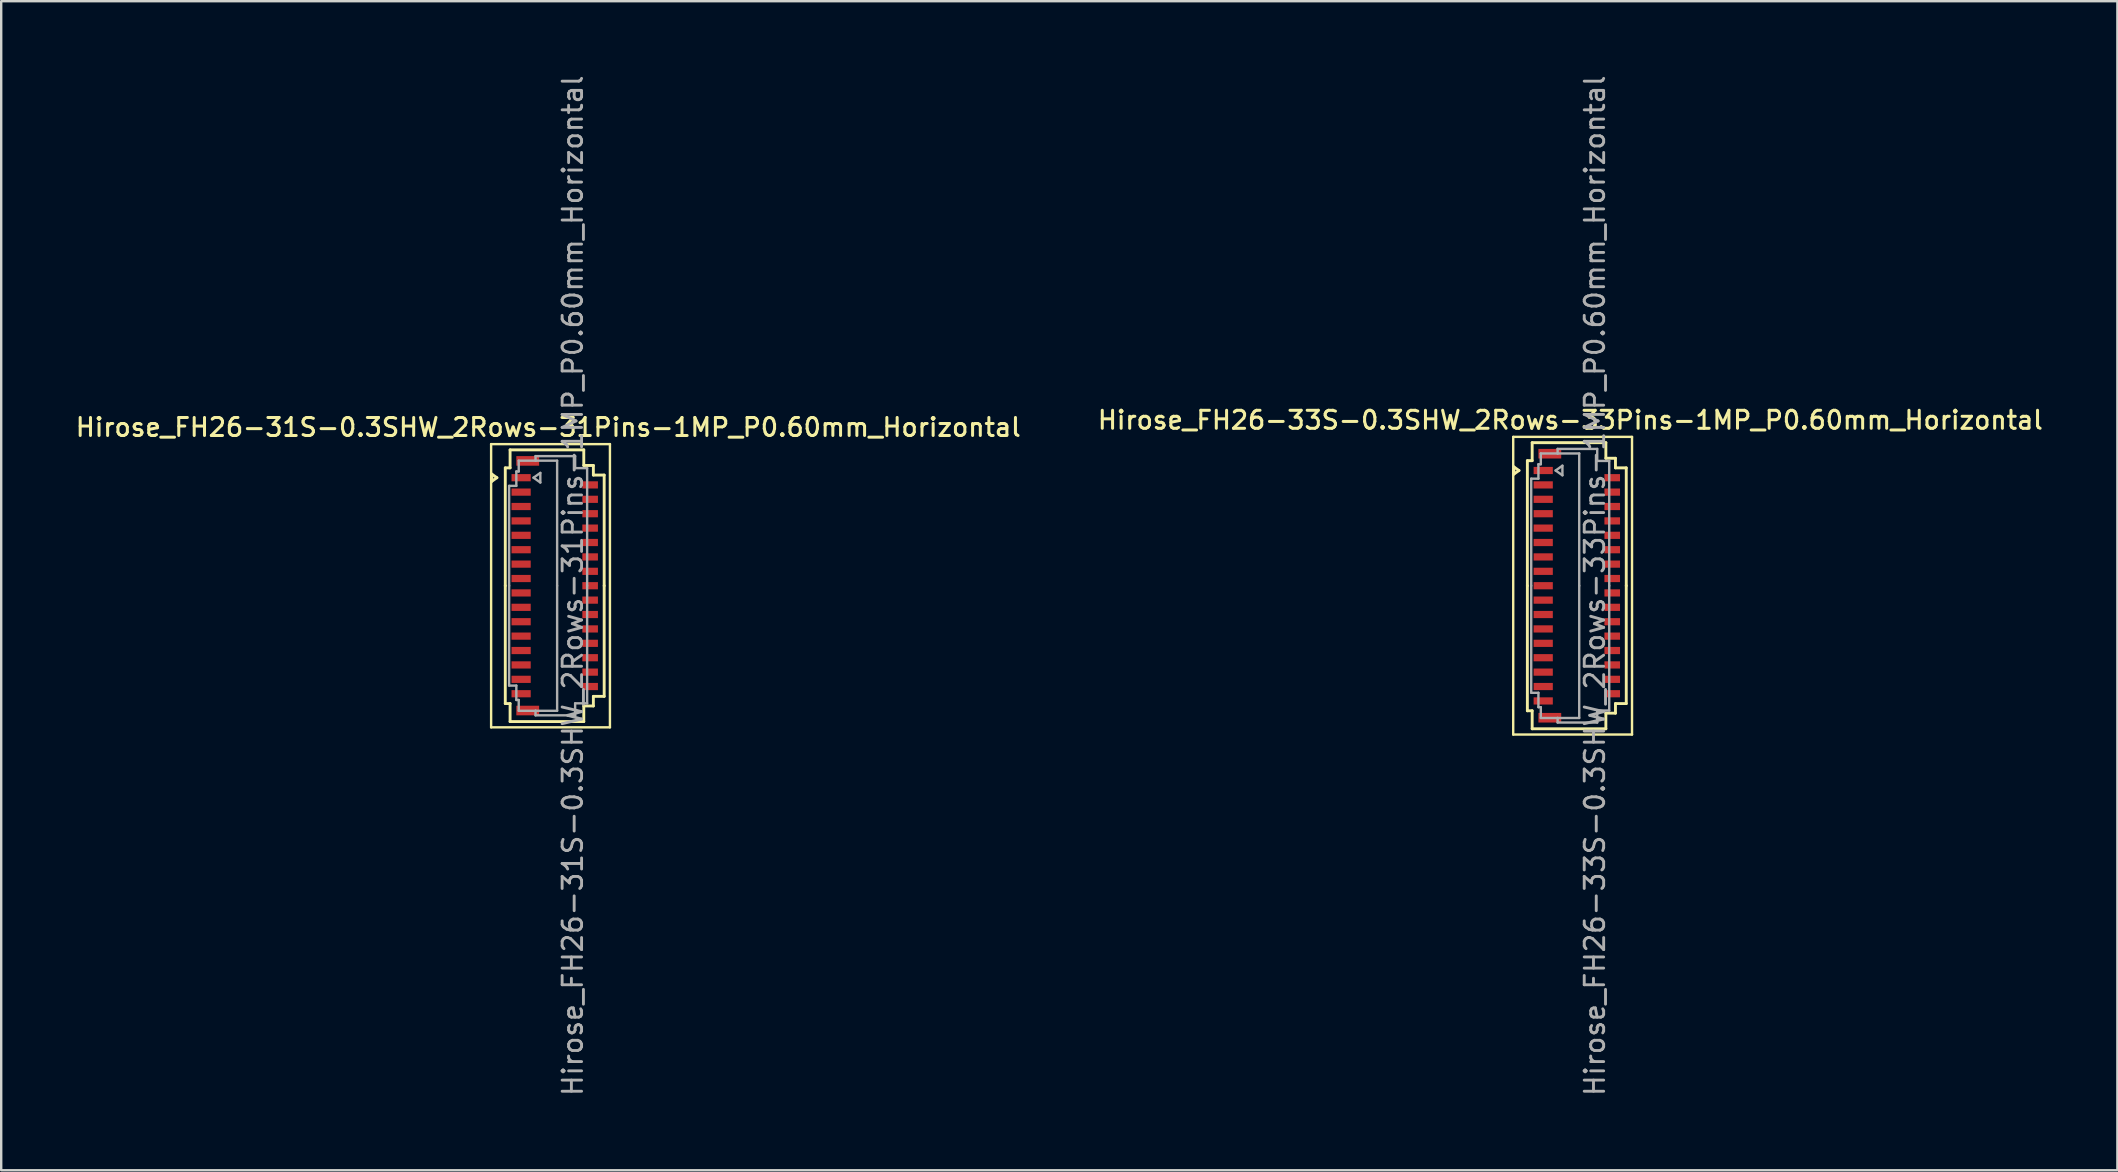
<source format=kicad_pcb>
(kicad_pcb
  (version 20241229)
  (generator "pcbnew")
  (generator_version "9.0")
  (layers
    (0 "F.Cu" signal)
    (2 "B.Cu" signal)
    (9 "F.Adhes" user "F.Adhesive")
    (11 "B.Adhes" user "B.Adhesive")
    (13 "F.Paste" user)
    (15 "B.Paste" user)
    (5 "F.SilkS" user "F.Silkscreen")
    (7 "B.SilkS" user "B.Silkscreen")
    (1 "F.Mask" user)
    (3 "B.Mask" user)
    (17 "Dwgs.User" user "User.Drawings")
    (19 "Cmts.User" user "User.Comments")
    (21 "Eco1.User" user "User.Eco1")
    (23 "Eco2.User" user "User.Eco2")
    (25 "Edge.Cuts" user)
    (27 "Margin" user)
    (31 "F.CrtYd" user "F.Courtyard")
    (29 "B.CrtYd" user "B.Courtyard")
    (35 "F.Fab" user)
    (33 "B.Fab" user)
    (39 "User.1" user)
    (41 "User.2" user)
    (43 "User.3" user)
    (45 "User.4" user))
  (footprint "Hirose_FH26-31S-0.3SHW_2Rows-31Pins-1MP_P0.60mm_Horizontal"
    (layer "F.Cu")
    (at 20.061 21.352)
    (property "Reference" "Hirose_FH26-31S-0.3SHW_2Rows-31Pins-1MP_P0.60mm_Horizontal" (at -0.27 -6.6 0) (layer "F.SilkS") (effects (font (size 0.75 0.75) (thickness 0.125))))
    (attr smd)
    (fp_line (start -2.65 -5.9) (end -2.65 5.9) (stroke (width 0.1) (type solid)) (layer "F.SilkS"))
    (fp_line (start -2.65 5.9) (end 2.3 5.9) (stroke (width 0.1) (type solid)) (layer "F.SilkS"))
    (fp_line (start -2.622 -4.65) (end -2.41 -4.5) (stroke (width 0.12) (type solid)) (layer "F.SilkS"))
    (fp_line (start -2.622 -4.35) (end -2.622 -4.65) (stroke (width 0.12) (type solid)) (layer "F.SilkS"))
    (fp_line (start -2.41 -4.5) (end -2.622 -4.35) (stroke (width 0.12) (type solid)) (layer "F.SilkS"))
    (fp_line (start -2.06 -4.91) (end -2.06 0) (stroke (width 0.12) (type solid)) (layer "F.SilkS"))
    (fp_line (start -2.06 4.91) (end -2.06 0) (stroke (width 0.12) (type solid)) (layer "F.SilkS"))
    (fp_line (start -1.86 -5.66) (end -1.86 -4.91) (stroke (width 0.12) (type solid)) (layer "F.SilkS"))
    (fp_line (start -1.86 -4.91) (end -2.06 -4.91) (stroke (width 0.12) (type solid)) (layer "F.SilkS"))
    (fp_line (start -1.86 4.91) (end -2.06 4.91) (stroke (width 0.12) (type solid)) (layer "F.SilkS"))
    (fp_line (start -1.86 5.66) (end -1.86 4.91) (stroke (width 0.12) (type solid)) (layer "F.SilkS"))
    (fp_line (start 1.21 -5.66) (end -1.86 -5.66) (stroke (width 0.12) (type solid)) (layer "F.SilkS"))
    (fp_line (start 1.21 -5.01) (end 1.21 -5.66) (stroke (width 0.12) (type solid)) (layer "F.SilkS"))
    (fp_line (start 1.21 5.01) (end 1.21 5.66) (stroke (width 0.12) (type solid)) (layer "F.SilkS"))
    (fp_line (start 1.21 5.66) (end -1.86 5.66) (stroke (width 0.12) (type solid)) (layer "F.SilkS"))
    (fp_line (start 1.61 -5.01) (end 1.21 -5.01) (stroke (width 0.12) (type solid)) (layer "F.SilkS"))
    (fp_line (start 1.61 -4.61) (end 1.61 -5.01) (stroke (width 0.12) (type solid)) (layer "F.SilkS"))
    (fp_line (start 1.61 4.61) (end 1.61 5.01) (stroke (width 0.12) (type solid)) (layer "F.SilkS"))
    (fp_line (start 1.61 5.01) (end 1.21 5.01) (stroke (width 0.12) (type solid)) (layer "F.SilkS"))
    (fp_line (start 2.06 -4.61) (end 1.61 -4.61) (stroke (width 0.12) (type solid)) (layer "F.SilkS"))
    (fp_line (start 2.06 0) (end 2.06 -4.61) (stroke (width 0.12) (type solid)) (layer "F.SilkS"))
    (fp_line (start 2.06 0) (end 2.06 4.61) (stroke (width 0.12) (type solid)) (layer "F.SilkS"))
    (fp_line (start 2.06 4.61) (end 1.61 4.61) (stroke (width 0.12) (type solid)) (layer "F.SilkS"))
    (fp_line (start 2.3 -5.9) (end -2.65 -5.9) (stroke (width 0.1) (type solid)) (layer "F.SilkS"))
    (fp_line (start 2.3 5.9) (end 2.3 -5.9) (stroke (width 0.1) (type solid)) (layer "F.SilkS"))
    (fp_line (start -1.9 -4.16) (end -1.6 -4.16) (stroke (width 0.1) (type solid)) (layer "F.Fab"))
    (fp_line (start -1.9 0) (end -1.9 -4.16) (stroke (width 0.1) (type solid)) (layer "F.Fab"))
    (fp_line (start -1.9 0) (end -1.9 4.16) (stroke (width 0.1) (type solid)) (layer "F.Fab"))
    (fp_line (start -1.9 4.16) (end -1.6 4.16) (stroke (width 0.1) (type solid)) (layer "F.Fab"))
    (fp_line (start -1.6 -4.76) (end -1.5 -4.76) (stroke (width 0.1) (type solid)) (layer "F.Fab"))
    (fp_line (start -1.6 -4.16) (end -1.6 -4.76) (stroke (width 0.1) (type solid)) (layer "F.Fab"))
    (fp_line (start -1.6 4.16) (end -1.6 4.76) (stroke (width 0.1) (type solid)) (layer "F.Fab"))
    (fp_line (start -1.6 4.76) (end -1.5 4.76) (stroke (width 0.1) (type solid)) (layer "F.Fab"))
    (fp_line (start -1.5 -5.21) (end -0.8 -5.21) (stroke (width 0.1) (type solid)) (layer "F.Fab"))
    (fp_line (start -1.5 -4.76) (end -1.5 -5.21) (stroke (width 0.1) (type solid)) (layer "F.Fab"))
    (fp_line (start -1.5 4.76) (end -1.5 5.21) (stroke (width 0.1) (type solid)) (layer "F.Fab"))
    (fp_line (start -1.5 5.21) (end -0.8 5.21) (stroke (width 0.1) (type solid)) (layer "F.Fab"))
    (fp_line (start -0.883 -4.5) (end -0.6 -4.3) (stroke (width 0.1) (type solid)) (layer "F.Fab"))
    (fp_line (start -0.8 -5.4) (end 0.85 -5.4) (stroke (width 0.1) (type solid)) (layer "F.Fab"))
    (fp_line (start -0.8 -5.21) (end -0.8 -5.4) (stroke (width 0.1) (type solid)) (layer "F.Fab"))
    (fp_line (start -0.8 5.21) (end -0.8 5.4) (stroke (width 0.1) (type solid)) (layer "F.Fab"))
    (fp_line (start -0.8 5.4) (end 0.85 5.4) (stroke (width 0.1) (type solid)) (layer "F.Fab"))
    (fp_line (start -0.6 -4.7) (end -0.883 -4.5) (stroke (width 0.1) (type solid)) (layer "F.Fab"))
    (fp_line (start -0.6 -4.3) (end -0.6 -4.7) (stroke (width 0.1) (type solid)) (layer "F.Fab"))
    (fp_line (start 0.1 -5.21) (end -0.8 -5.21) (stroke (width 0.1) (type solid)) (layer "F.Fab"))
    (fp_line (start 0.1 0) (end 0.1 -5.21) (stroke (width 0.1) (type solid)) (layer "F.Fab"))
    (fp_line (start 0.1 0) (end 0.1 5.21) (stroke (width 0.1) (type solid)) (layer "F.Fab"))
    (fp_line (start 0.1 5.21) (end -0.8 5.21) (stroke (width 0.1) (type solid)) (layer "F.Fab"))
    (fp_line (start 0.85 -5.4) (end 0.85 -4.9) (stroke (width 0.1) (type solid)) (layer "F.Fab"))
    (fp_line (start 0.85 -4.9) (end 1.35 -4.9) (stroke (width 0.1) (type solid)) (layer "F.Fab"))
    (fp_line (start 0.85 4.9) (end 1.35 4.9) (stroke (width 0.1) (type solid)) (layer "F.Fab"))
    (fp_line (start 0.85 5.4) (end 0.85 4.9) (stroke (width 0.1) (type solid)) (layer "F.Fab"))
    (fp_line (start 1.35 -4.9) (end 1.35 0) (stroke (width 0.1) (type solid)) (layer "F.Fab"))
    (fp_line (start 1.35 4.9) (end 1.35 0) (stroke (width 0.1) (type solid)) (layer "F.Fab"))
    (fp_text user "${REFERENCE}" (at 0.75 0 90) (layer "F.Fab") (effects (font (size 0.81 0.81) (thickness 0.12))))
    (pad "1" smd rect (at -1.4 -4.5) (size 0.8 0.3) (layers "F.Cu" "F.Mask" "F.Paste"))
    (pad "2" smd rect (at 1.475 -4.2) (size 0.65 0.3) (layers "F.Cu" "F.Mask" "F.Paste"))
    (pad "3" smd rect (at -1.4 -3.9) (size 0.8 0.3) (layers "F.Cu" "F.Mask" "F.Paste"))
    (pad "4" smd rect (at 1.475 -3.6) (size 0.65 0.3) (layers "F.Cu" "F.Mask" "F.Paste"))
    (pad "5" smd rect (at -1.4 -3.3) (size 0.8 0.3) (layers "F.Cu" "F.Mask" "F.Paste"))
    (pad "6" smd rect (at 1.475 -3) (size 0.65 0.3) (layers "F.Cu" "F.Mask" "F.Paste"))
    (pad "7" smd rect (at -1.4 -2.7) (size 0.8 0.3) (layers "F.Cu" "F.Mask" "F.Paste"))
    (pad "8" smd rect (at 1.475 -2.4) (size 0.65 0.3) (layers "F.Cu" "F.Mask" "F.Paste"))
    (pad "9" smd rect (at -1.4 -2.1) (size 0.8 0.3) (layers "F.Cu" "F.Mask" "F.Paste"))
    (pad "10" smd rect (at 1.475 -1.8) (size 0.65 0.3) (layers "F.Cu" "F.Mask" "F.Paste"))
    (pad "11" smd rect (at -1.4 -1.5) (size 0.8 0.3) (layers "F.Cu" "F.Mask" "F.Paste"))
    (pad "12" smd rect (at 1.475 -1.2) (size 0.65 0.3) (layers "F.Cu" "F.Mask" "F.Paste"))
    (pad "13" smd rect (at -1.4 -0.9) (size 0.8 0.3) (layers "F.Cu" "F.Mask" "F.Paste"))
    (pad "14" smd rect (at 1.475 -0.6) (size 0.65 0.3) (layers "F.Cu" "F.Mask" "F.Paste"))
    (pad "15" smd rect (at -1.4 -0.3) (size 0.8 0.3) (layers "F.Cu" "F.Mask" "F.Paste"))
    (pad "16" smd rect (at 1.475 0) (size 0.65 0.3) (layers "F.Cu" "F.Mask" "F.Paste"))
    (pad "17" smd rect (at -1.4 0.3) (size 0.8 0.3) (layers "F.Cu" "F.Mask" "F.Paste"))
    (pad "18" smd rect (at 1.475 0.6) (size 0.65 0.3) (layers "F.Cu" "F.Mask" "F.Paste"))
    (pad "19" smd rect (at -1.4 0.9) (size 0.8 0.3) (layers "F.Cu" "F.Mask" "F.Paste"))
    (pad "20" smd rect (at 1.475 1.2) (size 0.65 0.3) (layers "F.Cu" "F.Mask" "F.Paste"))
    (pad "21" smd rect (at -1.4 1.5) (size 0.8 0.3) (layers "F.Cu" "F.Mask" "F.Paste"))
    (pad "22" smd rect (at 1.475 1.8) (size 0.65 0.3) (layers "F.Cu" "F.Mask" "F.Paste"))
    (pad "23" smd rect (at -1.4 2.1) (size 0.8 0.3) (layers "F.Cu" "F.Mask" "F.Paste"))
    (pad "24" smd rect (at 1.475 2.4) (size 0.65 0.3) (layers "F.Cu" "F.Mask" "F.Paste"))
    (pad "25" smd rect (at -1.4 2.7) (size 0.8 0.3) (layers "F.Cu" "F.Mask" "F.Paste"))
    (pad "26" smd rect (at 1.475 3) (size 0.65 0.3) (layers "F.Cu" "F.Mask" "F.Paste"))
    (pad "27" smd rect (at -1.4 3.3) (size 0.8 0.3) (layers "F.Cu" "F.Mask" "F.Paste"))
    (pad "28" smd rect (at 1.475 3.6) (size 0.65 0.3) (layers "F.Cu" "F.Mask" "F.Paste"))
    (pad "29" smd rect (at -1.4 3.9) (size 0.8 0.3) (layers "F.Cu" "F.Mask" "F.Paste"))
    (pad "30" smd rect (at 1.475 4.2) (size 0.65 0.3) (layers "F.Cu" "F.Mask" "F.Paste"))
    (pad "31" smd rect (at -1.4 4.5) (size 0.8 0.3) (layers "F.Cu" "F.Mask" "F.Paste"))
    (pad "MP" smd rect (at -1.125 -5.2) (size 0.95 0.4) (layers "F.Cu" "F.Mask" "F.Paste"))
    (pad "MP" smd rect (at -1.125 5.2) (size 0.95 0.4) (layers "F.Cu" "F.Mask" "F.Paste")))
  (footprint "Hirose_FH26-33S-0.3SHW_2Rows-33Pins-1MP_P0.60mm_Horizontal"
    (layer "F.Cu")
    (at 62.643 21.352)
    (property "Reference" "Hirose_FH26-33S-0.3SHW_2Rows-33Pins-1MP_P0.60mm_Horizontal" (at -0.27 -6.9 0) (layer "F.SilkS") (effects (font (size 0.75 0.75) (thickness 0.125))))
    (attr smd)
    (fp_line (start -2.65 -6.2) (end -2.65 6.2) (stroke (width 0.1) (type solid)) (layer "F.SilkS"))
    (fp_line (start -2.65 6.2) (end 2.3 6.2) (stroke (width 0.1) (type solid)) (layer "F.SilkS"))
    (fp_line (start -2.622 -4.95) (end -2.41 -4.8) (stroke (width 0.12) (type solid)) (layer "F.SilkS"))
    (fp_line (start -2.622 -4.65) (end -2.622 -4.95) (stroke (width 0.12) (type solid)) (layer "F.SilkS"))
    (fp_line (start -2.41 -4.8) (end -2.622 -4.65) (stroke (width 0.12) (type solid)) (layer "F.SilkS"))
    (fp_line (start -2.06 -5.21) (end -2.06 0) (stroke (width 0.12) (type solid)) (layer "F.SilkS"))
    (fp_line (start -2.06 5.21) (end -2.06 0) (stroke (width 0.12) (type solid)) (layer "F.SilkS"))
    (fp_line (start -1.86 -5.96) (end -1.86 -5.21) (stroke (width 0.12) (type solid)) (layer "F.SilkS"))
    (fp_line (start -1.86 -5.21) (end -2.06 -5.21) (stroke (width 0.12) (type solid)) (layer "F.SilkS"))
    (fp_line (start -1.86 5.21) (end -2.06 5.21) (stroke (width 0.12) (type solid)) (layer "F.SilkS"))
    (fp_line (start -1.86 5.96) (end -1.86 5.21) (stroke (width 0.12) (type solid)) (layer "F.SilkS"))
    (fp_line (start 1.21 -5.96) (end -1.86 -5.96) (stroke (width 0.12) (type solid)) (layer "F.SilkS"))
    (fp_line (start 1.21 -5.31) (end 1.21 -5.96) (stroke (width 0.12) (type solid)) (layer "F.SilkS"))
    (fp_line (start 1.21 5.31) (end 1.21 5.96) (stroke (width 0.12) (type solid)) (layer "F.SilkS"))
    (fp_line (start 1.21 5.96) (end -1.86 5.96) (stroke (width 0.12) (type solid)) (layer "F.SilkS"))
    (fp_line (start 1.61 -5.31) (end 1.21 -5.31) (stroke (width 0.12) (type solid)) (layer "F.SilkS"))
    (fp_line (start 1.61 -4.91) (end 1.61 -5.31) (stroke (width 0.12) (type solid)) (layer "F.SilkS"))
    (fp_line (start 1.61 4.91) (end 1.61 5.31) (stroke (width 0.12) (type solid)) (layer "F.SilkS"))
    (fp_line (start 1.61 5.31) (end 1.21 5.31) (stroke (width 0.12) (type solid)) (layer "F.SilkS"))
    (fp_line (start 2.06 -4.91) (end 1.61 -4.91) (stroke (width 0.12) (type solid)) (layer "F.SilkS"))
    (fp_line (start 2.06 0) (end 2.06 -4.91) (stroke (width 0.12) (type solid)) (layer "F.SilkS"))
    (fp_line (start 2.06 0) (end 2.06 4.91) (stroke (width 0.12) (type solid)) (layer "F.SilkS"))
    (fp_line (start 2.06 4.91) (end 1.61 4.91) (stroke (width 0.12) (type solid)) (layer "F.SilkS"))
    (fp_line (start 2.3 -6.2) (end -2.65 -6.2) (stroke (width 0.1) (type solid)) (layer "F.SilkS"))
    (fp_line (start 2.3 6.2) (end 2.3 -6.2) (stroke (width 0.1) (type solid)) (layer "F.SilkS"))
    (fp_line (start -1.9 -4.46) (end -1.6 -4.46) (stroke (width 0.1) (type solid)) (layer "F.Fab"))
    (fp_line (start -1.9 0) (end -1.9 -4.46) (stroke (width 0.1) (type solid)) (layer "F.Fab"))
    (fp_line (start -1.9 0) (end -1.9 4.46) (stroke (width 0.1) (type solid)) (layer "F.Fab"))
    (fp_line (start -1.9 4.46) (end -1.6 4.46) (stroke (width 0.1) (type solid)) (layer "F.Fab"))
    (fp_line (start -1.6 -5.06) (end -1.5 -5.06) (stroke (width 0.1) (type solid)) (layer "F.Fab"))
    (fp_line (start -1.6 -4.46) (end -1.6 -5.06) (stroke (width 0.1) (type solid)) (layer "F.Fab"))
    (fp_line (start -1.6 4.46) (end -1.6 5.06) (stroke (width 0.1) (type solid)) (layer "F.Fab"))
    (fp_line (start -1.6 5.06) (end -1.5 5.06) (stroke (width 0.1) (type solid)) (layer "F.Fab"))
    (fp_line (start -1.5 -5.51) (end -0.8 -5.51) (stroke (width 0.1) (type solid)) (layer "F.Fab"))
    (fp_line (start -1.5 -5.06) (end -1.5 -5.51) (stroke (width 0.1) (type solid)) (layer "F.Fab"))
    (fp_line (start -1.5 5.06) (end -1.5 5.51) (stroke (width 0.1) (type solid)) (layer "F.Fab"))
    (fp_line (start -1.5 5.51) (end -0.8 5.51) (stroke (width 0.1) (type solid)) (layer "F.Fab"))
    (fp_line (start -0.883 -4.8) (end -0.6 -4.6) (stroke (width 0.1) (type solid)) (layer "F.Fab"))
    (fp_line (start -0.8 -5.7) (end 0.85 -5.7) (stroke (width 0.1) (type solid)) (layer "F.Fab"))
    (fp_line (start -0.8 -5.51) (end -0.8 -5.7) (stroke (width 0.1) (type solid)) (layer "F.Fab"))
    (fp_line (start -0.8 5.51) (end -0.8 5.7) (stroke (width 0.1) (type solid)) (layer "F.Fab"))
    (fp_line (start -0.8 5.7) (end 0.85 5.7) (stroke (width 0.1) (type solid)) (layer "F.Fab"))
    (fp_line (start -0.6 -5) (end -0.883 -4.8) (stroke (width 0.1) (type solid)) (layer "F.Fab"))
    (fp_line (start -0.6 -4.6) (end -0.6 -5) (stroke (width 0.1) (type solid)) (layer "F.Fab"))
    (fp_line (start 0.1 -5.51) (end -0.8 -5.51) (stroke (width 0.1) (type solid)) (layer "F.Fab"))
    (fp_line (start 0.1 0) (end 0.1 -5.51) (stroke (width 0.1) (type solid)) (layer "F.Fab"))
    (fp_line (start 0.1 0) (end 0.1 5.51) (stroke (width 0.1) (type solid)) (layer "F.Fab"))
    (fp_line (start 0.1 5.51) (end -0.8 5.51) (stroke (width 0.1) (type solid)) (layer "F.Fab"))
    (fp_line (start 0.85 -5.7) (end 0.85 -5.2) (stroke (width 0.1) (type solid)) (layer "F.Fab"))
    (fp_line (start 0.85 -5.2) (end 1.35 -5.2) (stroke (width 0.1) (type solid)) (layer "F.Fab"))
    (fp_line (start 0.85 5.2) (end 1.35 5.2) (stroke (width 0.1) (type solid)) (layer "F.Fab"))
    (fp_line (start 0.85 5.7) (end 0.85 5.2) (stroke (width 0.1) (type solid)) (layer "F.Fab"))
    (fp_line (start 1.35 -5.2) (end 1.35 0) (stroke (width 0.1) (type solid)) (layer "F.Fab"))
    (fp_line (start 1.35 5.2) (end 1.35 0) (stroke (width 0.1) (type solid)) (layer "F.Fab"))
    (fp_text user "${REFERENCE}" (at 0.75 0 90) (layer "F.Fab") (effects (font (size 0.81 0.81) (thickness 0.12))))
    (pad "1" smd rect (at -1.4 -4.8) (size 0.8 0.3) (layers "F.Cu" "F.Mask" "F.Paste"))
    (pad "2" smd rect (at 1.475 -4.5) (size 0.65 0.3) (layers "F.Cu" "F.Mask" "F.Paste"))
    (pad "3" smd rect (at -1.4 -4.2) (size 0.8 0.3) (layers "F.Cu" "F.Mask" "F.Paste"))
    (pad "4" smd rect (at 1.475 -3.9) (size 0.65 0.3) (layers "F.Cu" "F.Mask" "F.Paste"))
    (pad "5" smd rect (at -1.4 -3.6) (size 0.8 0.3) (layers "F.Cu" "F.Mask" "F.Paste"))
    (pad "6" smd rect (at 1.475 -3.3) (size 0.65 0.3) (layers "F.Cu" "F.Mask" "F.Paste"))
    (pad "7" smd rect (at -1.4 -3) (size 0.8 0.3) (layers "F.Cu" "F.Mask" "F.Paste"))
    (pad "8" smd rect (at 1.475 -2.7) (size 0.65 0.3) (layers "F.Cu" "F.Mask" "F.Paste"))
    (pad "9" smd rect (at -1.4 -2.4) (size 0.8 0.3) (layers "F.Cu" "F.Mask" "F.Paste"))
    (pad "10" smd rect (at 1.475 -2.1) (size 0.65 0.3) (layers "F.Cu" "F.Mask" "F.Paste"))
    (pad "11" smd rect (at -1.4 -1.8) (size 0.8 0.3) (layers "F.Cu" "F.Mask" "F.Paste"))
    (pad "12" smd rect (at 1.475 -1.5) (size 0.65 0.3) (layers "F.Cu" "F.Mask" "F.Paste"))
    (pad "13" smd rect (at -1.4 -1.2) (size 0.8 0.3) (layers "F.Cu" "F.Mask" "F.Paste"))
    (pad "14" smd rect (at 1.475 -0.9) (size 0.65 0.3) (layers "F.Cu" "F.Mask" "F.Paste"))
    (pad "15" smd rect (at -1.4 -0.6) (size 0.8 0.3) (layers "F.Cu" "F.Mask" "F.Paste"))
    (pad "16" smd rect (at 1.475 -0.3) (size 0.65 0.3) (layers "F.Cu" "F.Mask" "F.Paste"))
    (pad "17" smd rect (at -1.4 0) (size 0.8 0.3) (layers "F.Cu" "F.Mask" "F.Paste"))
    (pad "18" smd rect (at 1.475 0.3) (size 0.65 0.3) (layers "F.Cu" "F.Mask" "F.Paste"))
    (pad "19" smd rect (at -1.4 0.6) (size 0.8 0.3) (layers "F.Cu" "F.Mask" "F.Paste"))
    (pad "20" smd rect (at 1.475 0.9) (size 0.65 0.3) (layers "F.Cu" "F.Mask" "F.Paste"))
    (pad "21" smd rect (at -1.4 1.2) (size 0.8 0.3) (layers "F.Cu" "F.Mask" "F.Paste"))
    (pad "22" smd rect (at 1.475 1.5) (size 0.65 0.3) (layers "F.Cu" "F.Mask" "F.Paste"))
    (pad "23" smd rect (at -1.4 1.8) (size 0.8 0.3) (layers "F.Cu" "F.Mask" "F.Paste"))
    (pad "24" smd rect (at 1.475 2.1) (size 0.65 0.3) (layers "F.Cu" "F.Mask" "F.Paste"))
    (pad "25" smd rect (at -1.4 2.4) (size 0.8 0.3) (layers "F.Cu" "F.Mask" "F.Paste"))
    (pad "26" smd rect (at 1.475 2.7) (size 0.65 0.3) (layers "F.Cu" "F.Mask" "F.Paste"))
    (pad "27" smd rect (at -1.4 3) (size 0.8 0.3) (layers "F.Cu" "F.Mask" "F.Paste"))
    (pad "28" smd rect (at 1.475 3.3) (size 0.65 0.3) (layers "F.Cu" "F.Mask" "F.Paste"))
    (pad "29" smd rect (at -1.4 3.6) (size 0.8 0.3) (layers "F.Cu" "F.Mask" "F.Paste"))
    (pad "30" smd rect (at 1.475 3.9) (size 0.65 0.3) (layers "F.Cu" "F.Mask" "F.Paste"))
    (pad "31" smd rect (at -1.4 4.2) (size 0.8 0.3) (layers "F.Cu" "F.Mask" "F.Paste"))
    (pad "32" smd rect (at 1.475 4.5) (size 0.65 0.3) (layers "F.Cu" "F.Mask" "F.Paste"))
    (pad "33" smd rect (at -1.4 4.8) (size 0.8 0.3) (layers "F.Cu" "F.Mask" "F.Paste"))
    (pad "MP" smd rect (at -1.125 -5.5) (size 0.95 0.4) (layers "F.Cu" "F.Mask" "F.Paste"))
    (pad "MP" smd rect (at -1.125 5.5) (size 0.95 0.4) (layers "F.Cu" "F.Mask" "F.Paste")))
  (gr_rect
    (start -3 -3)
    (end 85.164 45.704)
    (stroke (width 0.1) (type default))
    (fill no)
    (layer "Edge.Cuts")))
</source>
